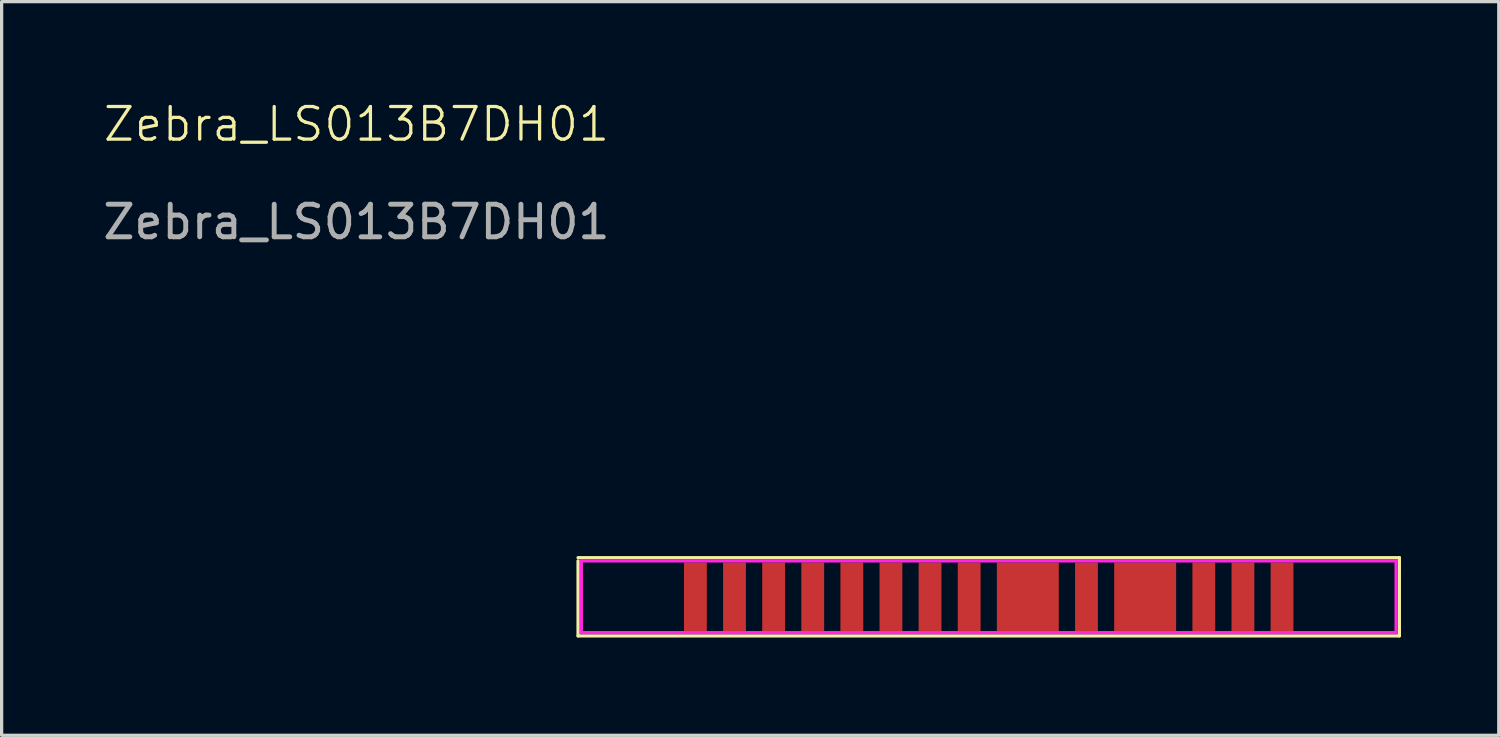
<source format=kicad_pcb>
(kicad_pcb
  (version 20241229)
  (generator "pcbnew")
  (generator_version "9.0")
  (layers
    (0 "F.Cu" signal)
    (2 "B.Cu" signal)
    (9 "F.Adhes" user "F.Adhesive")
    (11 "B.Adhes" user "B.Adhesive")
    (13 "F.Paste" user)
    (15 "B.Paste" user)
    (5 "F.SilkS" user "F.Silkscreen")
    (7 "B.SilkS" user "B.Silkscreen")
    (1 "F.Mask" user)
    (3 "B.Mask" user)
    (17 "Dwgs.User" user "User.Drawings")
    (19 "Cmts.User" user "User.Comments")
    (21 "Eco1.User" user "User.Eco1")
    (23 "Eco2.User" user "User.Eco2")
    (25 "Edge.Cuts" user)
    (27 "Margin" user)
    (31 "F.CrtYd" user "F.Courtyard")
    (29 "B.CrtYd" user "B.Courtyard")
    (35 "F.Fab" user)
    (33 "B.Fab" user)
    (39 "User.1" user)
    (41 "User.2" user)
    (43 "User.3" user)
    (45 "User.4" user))
  (footprint "Zebra_LS013B7DH01"
    (layer "F.Cu")
    (at 18.287 15.261)
    (property "Reference" "Zebra_LS013B7DH01" (at -10.4 -14.5 0) (unlocked yes) (layer "F.SilkS") (effects (font (size 1 1) (thickness 0.1))))
    (attr smd)
    (fp_line (start -3.4 -1) (end 21.4 -1) (stroke (width 0.1) (type default)) (layer "F.Mask"))
    (fp_line (start -3.4 1) (end -3.4 -1) (stroke (width 0.1) (type default)) (layer "F.Mask"))
    (fp_line (start 21.4 -1) (end 21.4 1) (stroke (width 0.1) (type default)) (layer "F.Mask"))
    (fp_line (start 21.4 1) (end -3.4 1) (stroke (width 0.1) (type default)) (layer "F.Mask"))
    (fp_line (start -3.6 -1.2) (end 21.6 -1.2) (stroke (width 0.1) (type default)) (layer "F.SilkS"))
    (fp_line (start -3.6 1.2) (end -3.6 -1.1) (stroke (width 0.1) (type default)) (layer "F.SilkS"))
    (fp_line (start 21.6 -1.2) (end 21.6 1.2) (stroke (width 0.1) (type default)) (layer "F.SilkS"))
    (fp_line (start 21.6 1.2) (end -3.6 1.2) (stroke (width 0.1) (type default)) (layer "F.SilkS"))
    (fp_line (start -3.5 -1.1) (end 21.5 -1.1) (stroke (width 0.1) (type default)) (layer "F.CrtYd"))
    (fp_line (start -3.5 1.1) (end -3.5 -1.1) (stroke (width 0.1) (type default)) (layer "F.CrtYd"))
    (fp_line (start 21.5 -1.1) (end 21.5 1.1) (stroke (width 0.1) (type default)) (layer "F.CrtYd"))
    (fp_line (start 21.5 1.1) (end -3.5 1.1) (stroke (width 0.1) (type default)) (layer "F.CrtYd"))
    (fp_text user "${REFERENCE}" (at -10.4 -11.5 0) (unlocked yes) (layer "F.Fab") (effects (font (size 1 1) (thickness 0.15))))
    (pad "1" smd rect (at 0 0) (size 0.7 2.1) (layers "F.Cu" "F.Mask" "F.Paste"))
    (pad "2" smd rect (at 1.2 0) (size 0.7 2.1) (layers "F.Cu" "F.Mask" "F.Paste"))
    (pad "3" smd rect (at 2.4 0) (size 0.7 2.1) (layers "F.Cu" "F.Mask" "F.Paste"))
    (pad "4" smd rect (at 3.6 0) (size 0.7 2.1) (layers "F.Cu" "F.Mask" "F.Paste"))
    (pad "5" smd rect (at 4.8 0) (size 0.7 2.1) (layers "F.Cu" "F.Mask" "F.Paste"))
    (pad "6" smd rect (at 6 0) (size 0.7 2.1) (layers "F.Cu" "F.Mask" "F.Paste"))
    (pad "7" smd rect (at 7.2 0) (size 0.7 2.1) (layers "F.Cu" "F.Mask" "F.Paste"))
    (pad "8" smd rect (at 8.4 0) (size 0.7 2.1) (layers "F.Cu" "F.Mask" "F.Paste"))
    (pad "9" smd rect (at 10.2 0) (size 1.9 2.1) (layers "F.Cu" "F.Mask" "F.Paste"))
    (pad "10" smd rect (at 12 0) (size 0.7 2.1) (layers "F.Cu" "F.Mask" "F.Paste"))
    (pad "11" smd rect (at 13.8 0) (size 1.9 2.1) (layers "F.Cu" "F.Mask" "F.Paste"))
    (pad "12" smd rect (at 15.6 0) (size 0.7 2.1) (layers "F.Cu" "F.Mask" "F.Paste"))
    (pad "13" smd rect (at 16.8 0) (size 0.7 2.1) (layers "F.Cu" "F.Mask" "F.Paste"))
    (pad "14" smd rect (at 18 0) (size 0.7 2.1) (layers "F.Cu" "F.Mask" "F.Paste")))
  (gr_rect
    (start -3 -3)
    (end 42.937 19.511)
    (stroke (width 0.1) (type default))
    (fill no)
    (layer "Edge.Cuts")))
</source>
